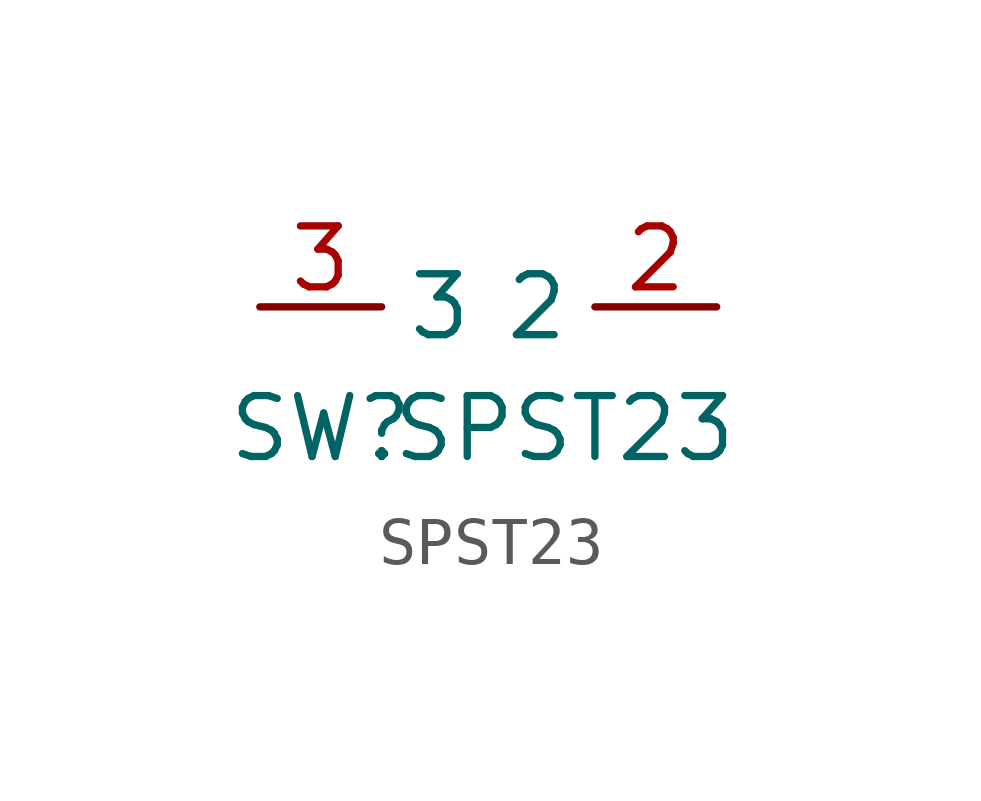
<source format=kicad_sym>
(kicad_symbol_lib
  (version 20211014)
  (generator kicad_symbol_editor)
  (symbol "SPST23"
    (property "Reference" "SW"
      (at -3.81 -2.54 0)
      (effects (font (size 1.27 1.27))))
    (property "Value" "SPST23"
      (at 1.27 -2.54 0)
      (effects (font (size 1.27 1.27))))
    (symbol "SPST23_1_1"
      (pin input line (at 4.445 0 180) (length 2.54) (name "2" (effects (font (size 1.27 1.27)))) (number "2" (effects (font (size 1.27 1.27)))))
      (pin input line (at -5.08 0 0) (length 2.54) (name "3" (effects (font (size 1.27 1.27)))) (number "3" (effects (font (size 1.27 1.27))))))))
</source>
